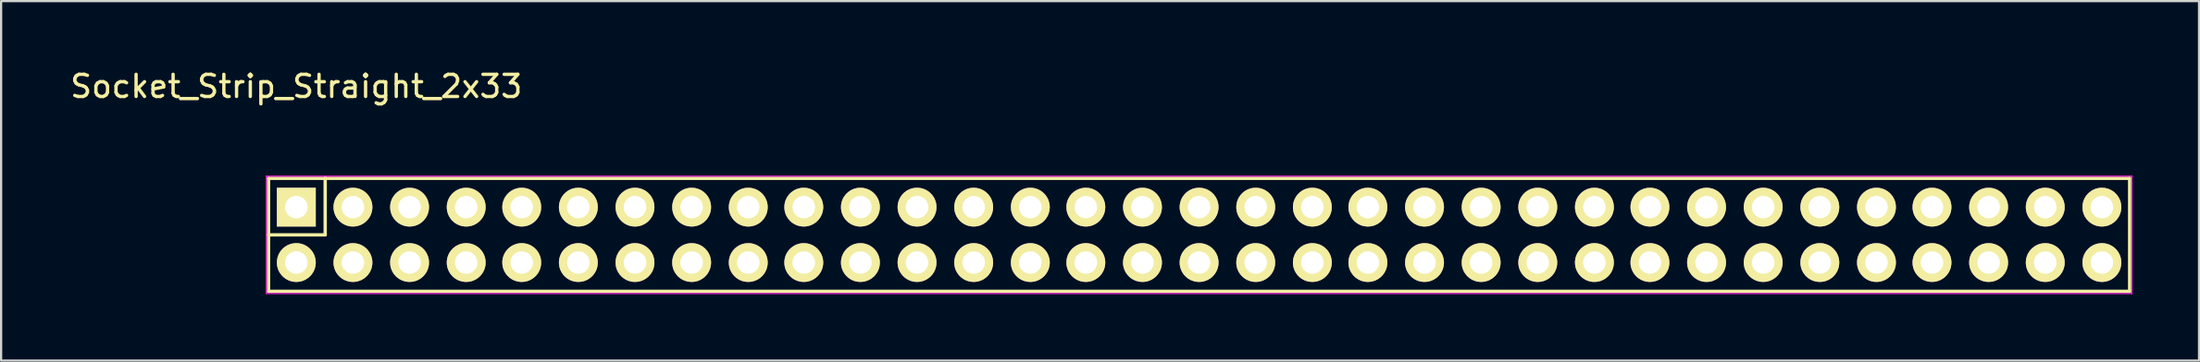
<source format=kicad_pcb>
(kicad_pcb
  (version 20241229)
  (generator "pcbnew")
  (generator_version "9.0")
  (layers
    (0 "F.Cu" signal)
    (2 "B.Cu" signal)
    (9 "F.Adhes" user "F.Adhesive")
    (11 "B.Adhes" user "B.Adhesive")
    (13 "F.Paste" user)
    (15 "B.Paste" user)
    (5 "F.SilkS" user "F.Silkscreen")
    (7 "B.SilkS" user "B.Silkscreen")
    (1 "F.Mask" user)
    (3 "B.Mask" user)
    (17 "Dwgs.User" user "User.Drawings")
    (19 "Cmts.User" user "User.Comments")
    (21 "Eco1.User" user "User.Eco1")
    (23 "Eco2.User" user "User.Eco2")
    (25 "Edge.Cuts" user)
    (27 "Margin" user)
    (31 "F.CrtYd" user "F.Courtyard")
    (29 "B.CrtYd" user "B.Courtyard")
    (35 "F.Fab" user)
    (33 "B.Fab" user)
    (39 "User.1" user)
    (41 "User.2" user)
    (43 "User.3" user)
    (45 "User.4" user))
  (footprint "Socket_Strip_Straight_2x33"
    (layer "F.Cu")
    (at 10.292 6.298)
    (property "Reference" "Socket_Strip_Straight_2x33" (at 0 -5.45 0) (layer "F.SilkS") (effects (font (size 1 1) (thickness 0.15))))
    (attr through_hole)
    (fp_line (start -1.25 -1.3) (end -1.25 1.25) (stroke (width 0.15) (type solid)) (layer "F.SilkS"))
    (fp_line (start -1.25 -1.3) (end 1.3 -1.3) (stroke (width 0.15) (type solid)) (layer "F.SilkS"))
    (fp_line (start -1.25 1.25) (end 1.3 1.25) (stroke (width 0.15) (type solid)) (layer "F.SilkS"))
    (fp_line (start -1.25 3.8) (end -1.25 1.25) (stroke (width 0.15) (type solid)) (layer "F.SilkS"))
    (fp_line (start 1.3 -1.3) (end 82.55 -1.3) (stroke (width 0.15) (type solid)) (layer "F.SilkS"))
    (fp_line (start 1.3 1.25) (end 1.3 -1.3) (stroke (width 0.15) (type solid)) (layer "F.SilkS"))
    (fp_line (start 82.55 3.8) (end -1.25 3.8) (stroke (width 0.15) (type solid)) (layer "F.SilkS"))
    (fp_line (start 82.55 3.8) (end 82.55 -1.3) (stroke (width 0.15) (type solid)) (layer "F.SilkS"))
    (fp_line (start -1.35 -1.4) (end -1.35 3.9) (stroke (width 0.05) (type solid)) (layer "F.CrtYd"))
    (fp_line (start -1.35 -1.4) (end 82.65 -1.4) (stroke (width 0.05) (type solid)) (layer "F.CrtYd"))
    (fp_line (start -1.35 3.9) (end 82.65 3.9) (stroke (width 0.05) (type solid)) (layer "F.CrtYd"))
    (fp_line (start 82.65 -1.4) (end 82.65 3.9) (stroke (width 0.05) (type solid)) (layer "F.CrtYd"))
    (pad "1" thru_hole rect (at 0 0) (size 1.75 1.75) (drill 1.016) (layers "*.Cu" "*.Mask" "F.SilkS"))
    (pad "2" thru_hole oval (at 0 2.5) (size 1.75 1.75) (drill 1.016) (layers "*.Cu" "*.Mask" "F.SilkS"))
    (pad "3" thru_hole oval (at 2.55 0) (size 1.75 1.75) (drill 1.016) (layers "*.Cu" "*.Mask" "F.SilkS"))
    (pad "4" thru_hole oval (at 2.55 2.5) (size 1.75 1.75) (drill 1.016) (layers "*.Cu" "*.Mask" "F.SilkS"))
    (pad "5" thru_hole oval (at 5.1 0) (size 1.75 1.75) (drill 1.016) (layers "*.Cu" "*.Mask" "F.SilkS"))
    (pad "6" thru_hole oval (at 5.1 2.5) (size 1.75 1.75) (drill 1.016) (layers "*.Cu" "*.Mask" "F.SilkS"))
    (pad "7" thru_hole oval (at 7.65 0) (size 1.75 1.75) (drill 1.016) (layers "*.Cu" "*.Mask" "F.SilkS"))
    (pad "8" thru_hole oval (at 7.65 2.5) (size 1.75 1.75) (drill 1.016) (layers "*.Cu" "*.Mask" "F.SilkS"))
    (pad "9" thru_hole oval (at 10.15 0) (size 1.75 1.75) (drill 1.016) (layers "*.Cu" "*.Mask" "F.SilkS"))
    (pad "10" thru_hole oval (at 10.15 2.5) (size 1.75 1.75) (drill 1.016) (layers "*.Cu" "*.Mask" "F.SilkS"))
    (pad "11" thru_hole oval (at 12.7 0) (size 1.75 1.75) (drill 1.016) (layers "*.Cu" "*.Mask" "F.SilkS"))
    (pad "12" thru_hole oval (at 12.7 2.5) (size 1.75 1.75) (drill 1.016) (layers "*.Cu" "*.Mask" "F.SilkS"))
    (pad "13" thru_hole oval (at 15.25 0) (size 1.75 1.75) (drill 1.016) (layers "*.Cu" "*.Mask" "F.SilkS"))
    (pad "14" thru_hole oval (at 15.25 2.5) (size 1.75 1.75) (drill 1.016) (layers "*.Cu" "*.Mask" "F.SilkS"))
    (pad "15" thru_hole oval (at 17.8 0) (size 1.75 1.75) (drill 1.016) (layers "*.Cu" "*.Mask" "F.SilkS"))
    (pad "16" thru_hole oval (at 17.8 2.5) (size 1.75 1.75) (drill 1.016) (layers "*.Cu" "*.Mask" "F.SilkS"))
    (pad "17" thru_hole oval (at 20.35 0) (size 1.75 1.75) (drill 1.016) (layers "*.Cu" "*.Mask" "F.SilkS"))
    (pad "18" thru_hole oval (at 20.35 2.5) (size 1.75 1.75) (drill 1.016) (layers "*.Cu" "*.Mask" "F.SilkS"))
    (pad "19" thru_hole oval (at 22.85 0) (size 1.75 1.75) (drill 1.016) (layers "*.Cu" "*.Mask" "F.SilkS"))
    (pad "20" thru_hole oval (at 22.85 2.5) (size 1.75 1.75) (drill 1.016) (layers "*.Cu" "*.Mask" "F.SilkS"))
    (pad "21" thru_hole oval (at 25.4 0) (size 1.75 1.75) (drill 1.016) (layers "*.Cu" "*.Mask" "F.SilkS"))
    (pad "22" thru_hole oval (at 25.4 2.5) (size 1.75 1.75) (drill 1.016) (layers "*.Cu" "*.Mask" "F.SilkS"))
    (pad "23" thru_hole oval (at 27.95 0) (size 1.75 1.75) (drill 1.016) (layers "*.Cu" "*.Mask" "F.SilkS"))
    (pad "24" thru_hole oval (at 27.95 2.5) (size 1.75 1.75) (drill 1.016) (layers "*.Cu" "*.Mask" "F.SilkS"))
    (pad "25" thru_hole oval (at 30.5 0) (size 1.75 1.75) (drill 1.016) (layers "*.Cu" "*.Mask" "F.SilkS"))
    (pad "26" thru_hole oval (at 30.5 2.5) (size 1.75 1.75) (drill 1.016) (layers "*.Cu" "*.Mask" "F.SilkS"))
    (pad "27" thru_hole oval (at 33.05 0) (size 1.75 1.75) (drill 1.016) (layers "*.Cu" "*.Mask" "F.SilkS"))
    (pad "28" thru_hole oval (at 33.05 2.5) (size 1.75 1.75) (drill 1.016) (layers "*.Cu" "*.Mask" "F.SilkS"))
    (pad "29" thru_hole oval (at 35.55 0) (size 1.75 1.75) (drill 1.016) (layers "*.Cu" "*.Mask" "F.SilkS"))
    (pad "30" thru_hole oval (at 35.55 2.5) (size 1.75 1.75) (drill 1.016) (layers "*.Cu" "*.Mask" "F.SilkS"))
    (pad "31" thru_hole oval (at 38.1 0) (size 1.75 1.75) (drill 1.016) (layers "*.Cu" "*.Mask" "F.SilkS"))
    (pad "32" thru_hole oval (at 38.1 2.5) (size 1.75 1.75) (drill 1.016) (layers "*.Cu" "*.Mask" "F.SilkS"))
    (pad "33" thru_hole oval (at 40.65 0) (size 1.75 1.75) (drill 1.016) (layers "*.Cu" "*.Mask" "F.SilkS"))
    (pad "34" thru_hole oval (at 40.65 2.5) (size 1.75 1.75) (drill 1.016) (layers "*.Cu" "*.Mask" "F.SilkS"))
    (pad "35" thru_hole oval (at 43.2 0) (size 1.75 1.75) (drill 1.016) (layers "*.Cu" "*.Mask" "F.SilkS"))
    (pad "36" thru_hole oval (at 43.2 2.5) (size 1.75 1.75) (drill 1.016) (layers "*.Cu" "*.Mask" "F.SilkS"))
    (pad "37" thru_hole oval (at 45.75 0) (size 1.75 1.75) (drill 1.016) (layers "*.Cu" "*.Mask" "F.SilkS"))
    (pad "38" thru_hole oval (at 45.75 2.5) (size 1.75 1.75) (drill 1.016) (layers "*.Cu" "*.Mask" "F.SilkS"))
    (pad "39" thru_hole oval (at 48.25 0) (size 1.75 1.75) (drill 1.016) (layers "*.Cu" "*.Mask" "F.SilkS"))
    (pad "40" thru_hole oval (at 48.25 2.5) (size 1.75 1.75) (drill 1.016) (layers "*.Cu" "*.Mask" "F.SilkS"))
    (pad "41" thru_hole oval (at 50.8 0) (size 1.75 1.75) (drill 1.016) (layers "*.Cu" "*.Mask" "F.SilkS"))
    (pad "42" thru_hole oval (at 50.8 2.5) (size 1.75 1.75) (drill 1.016) (layers "*.Cu" "*.Mask" "F.SilkS"))
    (pad "43" thru_hole oval (at 53.35 0) (size 1.75 1.75) (drill 1.016) (layers "*.Cu" "*.Mask" "F.SilkS"))
    (pad "44" thru_hole oval (at 53.35 2.5) (size 1.75 1.75) (drill 1.016) (layers "*.Cu" "*.Mask" "F.SilkS"))
    (pad "45" thru_hole oval (at 55.9 0) (size 1.75 1.75) (drill 1.016) (layers "*.Cu" "*.Mask" "F.SilkS"))
    (pad "46" thru_hole oval (at 55.9 2.5) (size 1.75 1.75) (drill 1.016) (layers "*.Cu" "*.Mask" "F.SilkS"))
    (pad "47" thru_hole oval (at 58.45 0) (size 1.75 1.75) (drill 1.016) (layers "*.Cu" "*.Mask" "F.SilkS"))
    (pad "48" thru_hole oval (at 58.45 2.5) (size 1.75 1.75) (drill 1.016) (layers "*.Cu" "*.Mask" "F.SilkS"))
    (pad "49" thru_hole oval (at 60.95 0) (size 1.75 1.75) (drill 1.016) (layers "*.Cu" "*.Mask" "F.SilkS"))
    (pad "50" thru_hole oval (at 60.95 2.5) (size 1.75 1.75) (drill 1.016) (layers "*.Cu" "*.Mask" "F.SilkS"))
    (pad "51" thru_hole oval (at 63.5 0) (size 1.75 1.75) (drill 1.016) (layers "*.Cu" "*.Mask" "F.SilkS"))
    (pad "52" thru_hole oval (at 63.5 2.5) (size 1.75 1.75) (drill 1.016) (layers "*.Cu" "*.Mask" "F.SilkS"))
    (pad "53" thru_hole oval (at 66.05 0) (size 1.75 1.75) (drill 1.016) (layers "*.Cu" "*.Mask" "F.SilkS"))
    (pad "54" thru_hole oval (at 66.05 2.5) (size 1.75 1.75) (drill 1.016) (layers "*.Cu" "*.Mask" "F.SilkS"))
    (pad "55" thru_hole oval (at 68.6 0) (size 1.75 1.75) (drill 1.016) (layers "*.Cu" "*.Mask" "F.SilkS"))
    (pad "56" thru_hole oval (at 68.6 2.5) (size 1.75 1.75) (drill 1.016) (layers "*.Cu" "*.Mask" "F.SilkS"))
    (pad "57" thru_hole oval (at 71.15 0) (size 1.75 1.75) (drill 1.016) (layers "*.Cu" "*.Mask" "F.SilkS"))
    (pad "58" thru_hole oval (at 71.15 2.5) (size 1.75 1.75) (drill 1.016) (layers "*.Cu" "*.Mask" "F.SilkS"))
    (pad "59" thru_hole oval (at 73.65 0) (size 1.75 1.75) (drill 1.016) (layers "*.Cu" "*.Mask" "F.SilkS"))
    (pad "60" thru_hole oval (at 73.65 2.5) (size 1.75 1.75) (drill 1.016) (layers "*.Cu" "*.Mask" "F.SilkS"))
    (pad "61" thru_hole oval (at 76.2 0) (size 1.75 1.75) (drill 1.016) (layers "*.Cu" "*.Mask" "F.SilkS"))
    (pad "62" thru_hole oval (at 76.2 2.5) (size 1.75 1.75) (drill 1.016) (layers "*.Cu" "*.Mask" "F.SilkS"))
    (pad "63" thru_hole oval (at 78.75 0) (size 1.75 1.75) (drill 1.016) (layers "*.Cu" "*.Mask" "F.SilkS"))
    (pad "64" thru_hole oval (at 78.75 2.5) (size 1.75 1.75) (drill 1.016) (layers "*.Cu" "*.Mask" "F.SilkS"))
    (pad "65" thru_hole oval (at 81.3 0) (size 1.75 1.75) (drill 1.016) (layers "*.Cu" "*.Mask" "F.SilkS"))
    (pad "66" thru_hole oval (at 81.3 2.5) (size 1.75 1.75) (drill 1.016) (layers "*.Cu" "*.Mask" "F.SilkS")))
  (gr_rect
    (start -3 -3)
    (end 95.967 13.223)
    (stroke (width 0.1) (type default))
    (fill no)
    (layer "Edge.Cuts")))
</source>
